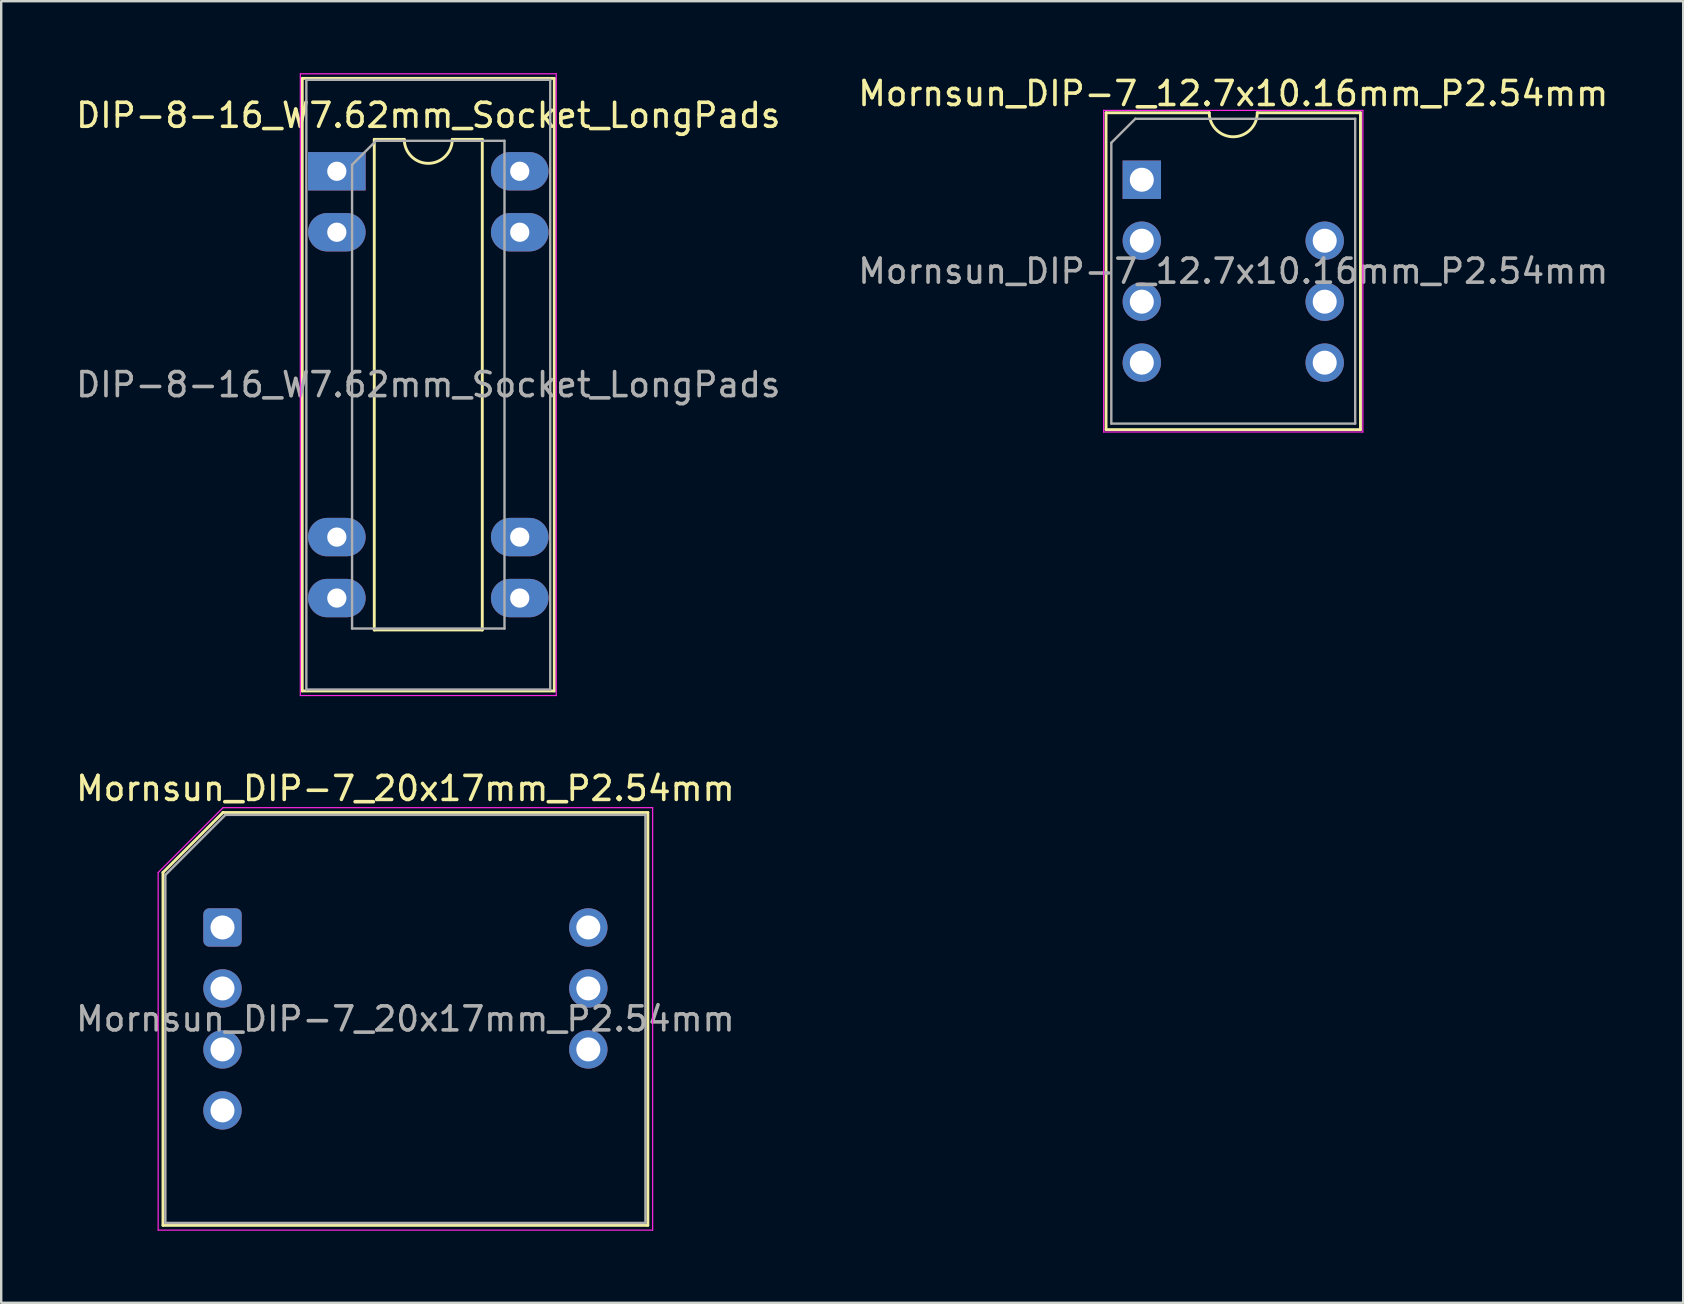
<source format=kicad_pcb>
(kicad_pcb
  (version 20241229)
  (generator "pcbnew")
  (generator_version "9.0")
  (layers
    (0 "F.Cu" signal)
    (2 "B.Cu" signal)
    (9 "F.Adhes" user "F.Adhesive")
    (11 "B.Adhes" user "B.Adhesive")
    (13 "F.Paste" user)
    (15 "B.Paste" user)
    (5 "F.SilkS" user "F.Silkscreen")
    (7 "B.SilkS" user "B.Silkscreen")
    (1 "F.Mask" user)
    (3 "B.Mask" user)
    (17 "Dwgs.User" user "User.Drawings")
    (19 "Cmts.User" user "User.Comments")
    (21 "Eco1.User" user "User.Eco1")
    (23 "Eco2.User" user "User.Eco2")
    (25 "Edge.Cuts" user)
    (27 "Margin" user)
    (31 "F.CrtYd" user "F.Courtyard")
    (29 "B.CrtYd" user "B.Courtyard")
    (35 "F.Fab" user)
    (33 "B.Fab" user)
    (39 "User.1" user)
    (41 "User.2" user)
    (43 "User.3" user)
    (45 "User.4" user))
  (footprint "Mornsun_DIP-7_12.7x10.16mm_P2.54mm"
    (layer "F.Cu")
    (at 48.327 8.248)
    (property "Reference" "Mornsun_DIP-7_12.7x10.16mm_P2.54mm" (at 0 -7.4 0) (unlocked yes) (layer "F.SilkS") (effects (font (size 1 1) (thickness 0.15))))
    (attr through_hole)
    (fp_line (start -5.3 -6.6) (end -1 -6.6) (stroke (width 0.12) (type default)) (layer "F.SilkS"))
    (fp_line (start -5.3 6.6) (end -5.3 -6.6) (stroke (width 0.12) (type default)) (layer "F.SilkS"))
    (fp_line (start 1 -6.6) (end 5.3 -6.6) (stroke (width 0.12) (type default)) (layer "F.SilkS"))
    (fp_line (start 5.3 -6.6) (end 5.3 6.6) (stroke (width 0.12) (type default)) (layer "F.SilkS"))
    (fp_line (start 5.3 6.6) (end -5.3 6.6) (stroke (width 0.12) (type default)) (layer "F.SilkS"))
    (fp_arc (start 1 -6.6) (mid 0 -5.6) (end -1 -6.6) (stroke (width 0.12) (type solid)) (layer "F.SilkS"))
    (fp_line (start -5.4 -6.7) (end 5.4 -6.7) (stroke (width 0.05) (type default)) (layer "F.CrtYd"))
    (fp_line (start -5.4 6.7) (end -5.4 -6.7) (stroke (width 0.05) (type default)) (layer "F.CrtYd"))
    (fp_line (start 5.4 -6.7) (end 5.4 6.7) (stroke (width 0.05) (type default)) (layer "F.CrtYd"))
    (fp_line (start 5.4 6.7) (end -5.4 6.7) (stroke (width 0.05) (type default)) (layer "F.CrtYd"))
    (fp_line (start -5.08 -5.35) (end -4.08 -6.35) (stroke (width 0.1) (type default)) (layer "F.Fab"))
    (fp_line (start -5.08 6.35) (end -5.08 -5.35) (stroke (width 0.1) (type default)) (layer "F.Fab"))
    (fp_line (start -4.08 -6.35) (end 5.08 -6.35) (stroke (width 0.1) (type default)) (layer "F.Fab"))
    (fp_line (start 5.08 -6.35) (end 5.08 6.35) (stroke (width 0.1) (type default)) (layer "F.Fab"))
    (fp_line (start 5.08 6.35) (end -5.08 6.35) (stroke (width 0.1) (type default)) (layer "F.Fab"))
    (fp_text user "${REFERENCE}" (at 0 0 0) (layer "F.Fab") (effects (font (size 1 1) (thickness 0.15))))
    (pad "1" thru_hole rect (at -3.81 -3.81 270) (size 1.6 1.6) (drill 1) (layers "*.Cu" "*.Mask"))
    (pad "2" thru_hole circle (at -3.81 -1.27 270) (size 1.6 1.6) (drill 1) (layers "*.Cu" "*.Mask"))
    (pad "3" thru_hole circle (at -3.81 1.27 270) (size 1.6 1.6) (drill 1) (layers "*.Cu" "*.Mask"))
    (pad "4" thru_hole circle (at -3.81 3.81 270) (size 1.6 1.6) (drill 1) (layers "*.Cu" "*.Mask"))
    (pad "5" thru_hole circle (at 3.81 3.81 270) (size 1.6 1.6) (drill 1) (layers "*.Cu" "*.Mask"))
    (pad "6" thru_hole circle (at 3.81 1.27 270) (size 1.6 1.6) (drill 1) (layers "*.Cu" "*.Mask"))
    (pad "7" thru_hole circle (at 3.81 -1.27 270) (size 1.6 1.6) (drill 1) (layers "*.Cu" "*.Mask")))
  (footprint "Mornsun_DIP-7_20x17mm_P2.54mm"
    (layer "F.Cu")
    (at 13.839 39.398)
    (property "Reference" "Mornsun_DIP-7_20x17mm_P2.54mm" (at 0 -9.6 0) (unlocked yes) (layer "F.SilkS") (effects (font (size 1 1) (thickness 0.15))))
    (attr through_hole)
    (fp_line (start -10.1 8.6) (end -10.1 -6.1) (stroke (width 0.12) (type default)) (layer "F.SilkS"))
    (fp_line (start -7.6 -8.6) (end -10.1 -6.1) (stroke (width 0.12) (type default)) (layer "F.SilkS"))
    (fp_line (start 10.1 -8.6) (end -7.6 -8.6) (stroke (width 0.12) (type default)) (layer "F.SilkS"))
    (fp_line (start 10.1 -8.6) (end 10.1 8.6) (stroke (width 0.12) (type default)) (layer "F.SilkS"))
    (fp_line (start 10.1 8.6) (end -10.1 8.6) (stroke (width 0.12) (type default)) (layer "F.SilkS"))
    (fp_line (start -10.3 -6.1) (end -10.3 8.8) (stroke (width 0.05) (type default)) (layer "F.CrtYd"))
    (fp_line (start -10.3 8.8) (end 10.3 8.8) (stroke (width 0.05) (type default)) (layer "F.CrtYd"))
    (fp_line (start -7.6 -8.8) (end -10.3 -6.1) (stroke (width 0.05) (type default)) (layer "F.CrtYd"))
    (fp_line (start 10.3 -8.8) (end -7.6 -8.8) (stroke (width 0.05) (type default)) (layer "F.CrtYd"))
    (fp_line (start 10.3 8.8) (end 10.3 -8.8) (stroke (width 0.05) (type default)) (layer "F.CrtYd"))
    (fp_line (start -10 -6) (end -7.5 -8.5) (stroke (width 0.1) (type default)) (layer "F.Fab"))
    (fp_line (start -10 8.5) (end -10 -6) (stroke (width 0.1) (type default)) (layer "F.Fab"))
    (fp_line (start -7.5 -8.5) (end 10 -8.5) (stroke (width 0.1) (type default)) (layer "F.Fab"))
    (fp_line (start 10 -8.5) (end 10 8.5) (stroke (width 0.1) (type default)) (layer "F.Fab"))
    (fp_line (start 10 8.5) (end -10 8.5) (stroke (width 0.1) (type default)) (layer "F.Fab"))
    (fp_text user "${REFERENCE}" (at 0 0 0) (layer "F.Fab") (effects (font (size 1 1) (thickness 0.15))))
    (pad "1" thru_hole roundrect (at -7.62 -3.81 270) (size 1.6 1.6) (drill 1) (layers "*.Cu" "*.Mask") (roundrect_rratio 0.156))
    (pad "2" thru_hole circle (at -7.62 -1.27 270) (size 1.6 1.6) (drill 1) (layers "*.Cu" "*.Mask"))
    (pad "3" thru_hole circle (at -7.62 1.27 270) (size 1.6 1.6) (drill 1) (layers "*.Cu" "*.Mask"))
    (pad "4" thru_hole circle (at -7.62 3.81 270) (size 1.6 1.6) (drill 1) (layers "*.Cu" "*.Mask"))
    (pad "6" thru_hole circle (at 7.62 1.27 270) (size 1.6 1.6) (drill 1) (layers "*.Cu" "*.Mask"))
    (pad "7" thru_hole circle (at 7.62 -1.27 270) (size 1.6 1.6) (drill 1) (layers "*.Cu" "*.Mask"))
    (pad "8" thru_hole circle (at 7.62 -3.81 270) (size 1.6 1.6) (drill 1) (layers "*.Cu" "*.Mask")))
  (footprint "DIP-8-16_W7.62mm_Socket_LongPads"
    (layer "F.Cu")
    (at 10.982 4.085)
    (property "Reference" "DIP-8-16_W7.62mm_Socket_LongPads" (at 3.81 -2.33 0) (layer "F.SilkS") (effects (font (size 1 1) (thickness 0.15))))
    (attr through_hole)
    (fp_line (start -1.44 -3.87) (end -1.44 21.65) (stroke (width 0.12) (type solid)) (layer "F.SilkS"))
    (fp_line (start -1.44 21.65) (end 9.06 21.65) (stroke (width 0.12) (type solid)) (layer "F.SilkS"))
    (fp_line (start 1.56 -1.33) (end 1.56 19.11) (stroke (width 0.12) (type solid)) (layer "F.SilkS"))
    (fp_line (start 1.56 19.11) (end 6.06 19.11) (stroke (width 0.12) (type solid)) (layer "F.SilkS"))
    (fp_line (start 2.81 -1.33) (end 1.56 -1.33) (stroke (width 0.12) (type solid)) (layer "F.SilkS"))
    (fp_line (start 6.06 -1.33) (end 4.81 -1.33) (stroke (width 0.12) (type solid)) (layer "F.SilkS"))
    (fp_line (start 6.06 19.11) (end 6.06 -1.33) (stroke (width 0.12) (type solid)) (layer "F.SilkS"))
    (fp_line (start 9.06 -3.87) (end -1.44 -3.87) (stroke (width 0.12) (type solid)) (layer "F.SilkS"))
    (fp_line (start 9.06 21.65) (end 9.06 -3.87) (stroke (width 0.12) (type solid)) (layer "F.SilkS"))
    (fp_arc (start 4.81 -1.33) (mid 3.81 -0.33) (end 2.81 -1.33) (stroke (width 0.12) (type solid)) (layer "F.SilkS"))
    (fp_line (start -1.52 -4.06) (end -1.52 21.84) (stroke (width 0.05) (type solid)) (layer "F.CrtYd"))
    (fp_line (start -1.52 21.84) (end 9.14 21.84) (stroke (width 0.05) (type solid)) (layer "F.CrtYd"))
    (fp_line (start 9.14 -4.06) (end -1.52 -4.06) (stroke (width 0.05) (type solid)) (layer "F.CrtYd"))
    (fp_line (start 9.14 21.84) (end 9.14 -4.06) (stroke (width 0.05) (type solid)) (layer "F.CrtYd"))
    (fp_line (start -1.27 -3.81) (end -1.27 21.59) (stroke (width 0.1) (type solid)) (layer "F.Fab"))
    (fp_line (start -1.27 21.59) (end 8.89 21.59) (stroke (width 0.1) (type solid)) (layer "F.Fab"))
    (fp_line (start 0.635 -0.27) (end 1.635 -1.27) (stroke (width 0.1) (type solid)) (layer "F.Fab"))
    (fp_line (start 0.635 19.05) (end 0.635 -0.27) (stroke (width 0.1) (type solid)) (layer "F.Fab"))
    (fp_line (start 1.635 -1.27) (end 6.985 -1.27) (stroke (width 0.1) (type solid)) (layer "F.Fab"))
    (fp_line (start 6.985 -1.27) (end 6.985 19.05) (stroke (width 0.1) (type solid)) (layer "F.Fab"))
    (fp_line (start 6.985 19.05) (end 0.635 19.05) (stroke (width 0.1) (type solid)) (layer "F.Fab"))
    (fp_line (start 8.89 -3.81) (end -1.27 -3.81) (stroke (width 0.1) (type solid)) (layer "F.Fab"))
    (fp_line (start 8.89 21.59) (end 8.89 -3.81) (stroke (width 0.1) (type solid)) (layer "F.Fab"))
    (fp_text user "${REFERENCE}" (at 3.81 8.89 0) (layer "F.Fab") (effects (font (size 1 1) (thickness 0.15))))
    (pad "1" thru_hole rect (at 0 0) (size 2.4 1.6) (drill 0.8) (layers "*.Cu" "*.Mask"))
    (pad "2" thru_hole oval (at 0 2.54) (size 2.4 1.6) (drill 0.8) (layers "*.Cu" "*.Mask"))
    (pad "3" thru_hole oval (at 0 15.24) (size 2.4 1.6) (drill 0.8) (layers "*.Cu" "*.Mask"))
    (pad "4" thru_hole oval (at 0 17.78) (size 2.4 1.6) (drill 0.8) (layers "*.Cu" "*.Mask"))
    (pad "5" thru_hole oval (at 7.62 17.78) (size 2.4 1.6) (drill 0.8) (layers "*.Cu" "*.Mask"))
    (pad "6" thru_hole oval (at 7.62 15.24) (size 2.4 1.6) (drill 0.8) (layers "*.Cu" "*.Mask"))
    (pad "7" thru_hole oval (at 7.62 2.54) (size 2.4 1.6) (drill 0.8) (layers "*.Cu" "*.Mask"))
    (pad "8" thru_hole oval (at 7.62 0) (size 2.4 1.6) (drill 0.8) (layers "*.Cu" "*.Mask")))
  (gr_rect
    (start -3 -3)
    (end 67.071 51.223)
    (stroke (width 0.1) (type default))
    (fill no)
    (layer "Edge.Cuts")))
</source>
